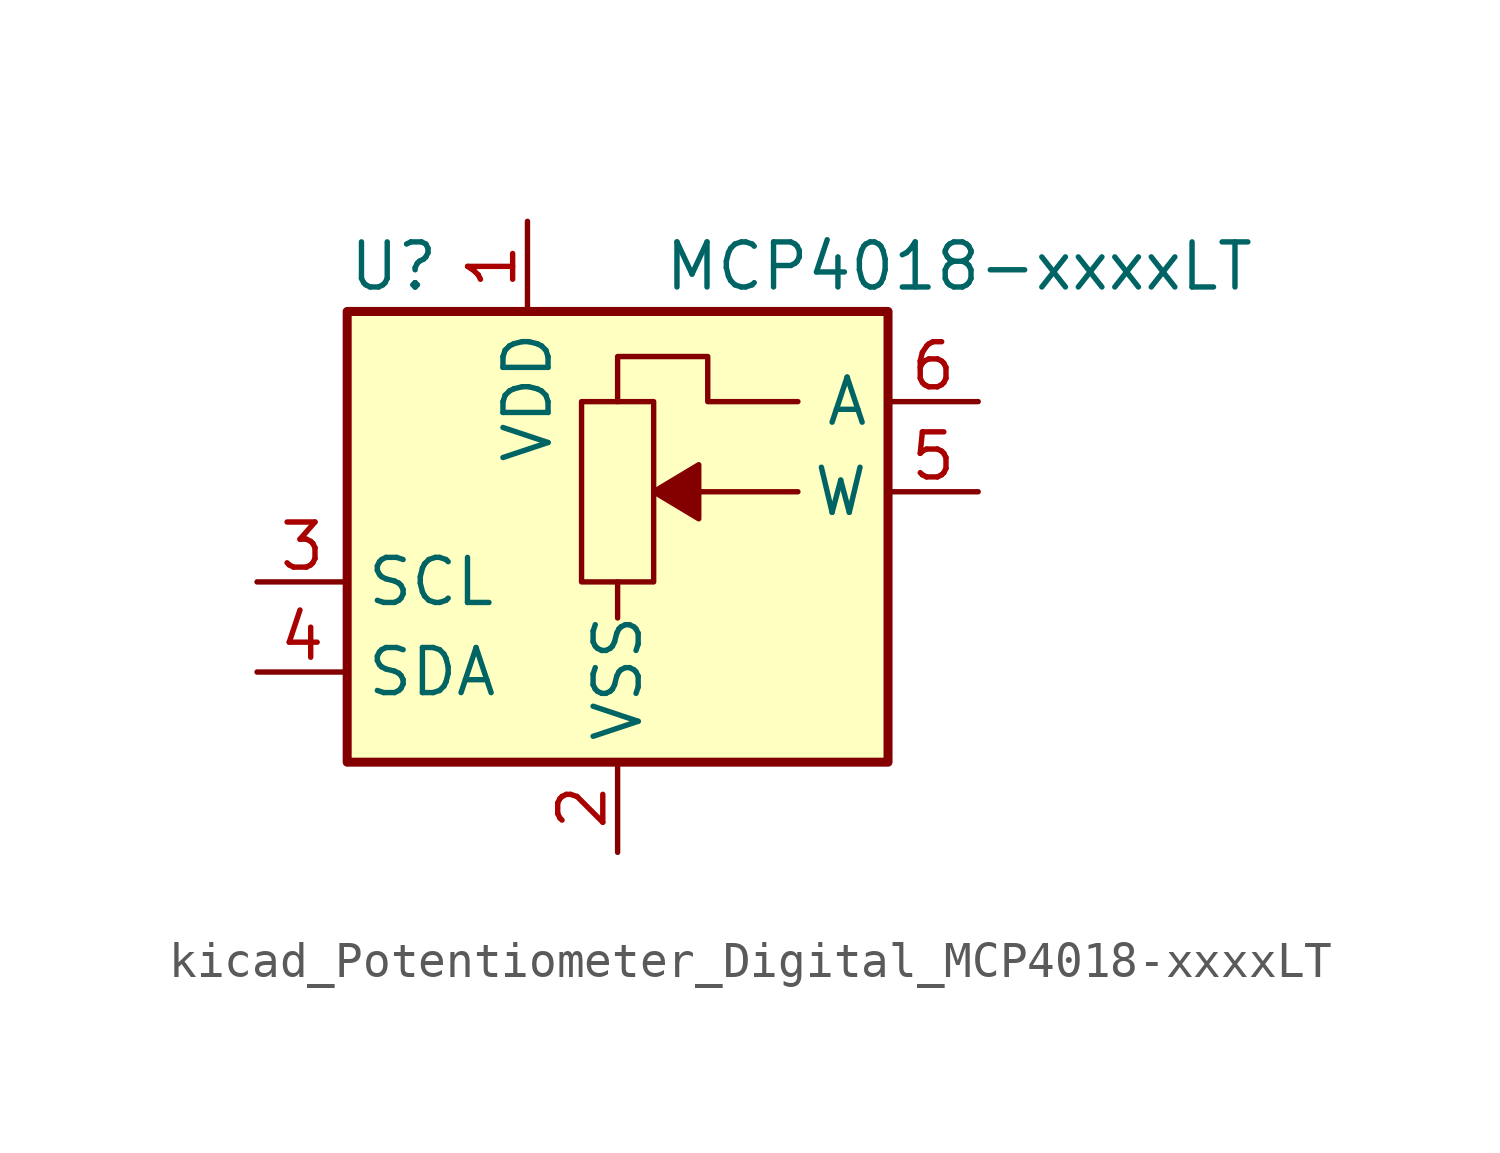
<source format=kicad_sym>
(kicad_symbol_lib
  (version 20220914)
  (generator kicad_symbol_editor)
  (symbol "kicad_Potentiometer_Digital_MCP4018-xxxxLT"
    (property "Reference" "U"
      (at -7.62 8.89 0)
      (effects (font (size 1.27 1.27)) (justify left)))
    (property "Value" "MCP4018-xxxxLT"
      (at 1.27 8.89 0)
      (effects (font (size 1.27 1.27)) (justify left)))
    (symbol "kicad_Potentiometer_Digital_MCP4018-xxxxLT_0_1"
      (polyline (pts (xy 0 0) (xy 0 -1.016)) (stroke (width 0) (type default)) (fill (type none)))
      (polyline (pts (xy 5.08 5.08) (xy 2.54 5.08) (xy 2.54 6.35) (xy 0 6.35) (xy 0 5.08)) (stroke (width 0) (type default)) (fill (type none))))
    (symbol "kicad_Potentiometer_Digital_MCP4018-xxxxLT_1_1"
      (rectangle (start -7.62 7.62) (end 7.62 -5.08) (stroke (width 0.254) (type default)) (fill (type background)))
      (polyline (pts (xy 5.08 2.54) (xy 2.286 2.54)) (stroke (width 0) (type default)) (fill (type none)))
      (polyline (pts (xy 2.286 1.778) (xy 2.286 3.302) (xy 1.016 2.54) (xy 2.286 1.778)) (stroke (width 0) (type default)) (fill (type outline)))
      (rectangle (start 1.016 0) (end -1.016 5.08) (stroke (width 0) (type default)) (fill (type none)))
      (pin power_in line (at -2.54 10.16 270) (length 2.54) (name "VDD" (effects (font (size 1.27 1.27)))) (number "1" (effects (font (size 1.27 1.27)))))
      (pin power_in line (at 0 -7.62 90) (length 2.54) (name "VSS" (effects (font (size 1.27 1.27)))) (number "2" (effects (font (size 1.27 1.27)))))
      (pin input line (at -10.16 0 0) (length 2.54) (name "SCL" (effects (font (size 1.27 1.27)))) (number "3" (effects (font (size 1.27 1.27)))))
      (pin bidirectional line (at -10.16 -2.54 0) (length 2.54) (name "SDA" (effects (font (size 1.27 1.27)))) (number "4" (effects (font (size 1.27 1.27)))))
      (pin passive line (at 10.16 2.54 180) (length 2.54) (name "W" (effects (font (size 1.27 1.27)))) (number "5" (effects (font (size 1.27 1.27)))))
      (pin passive line (at 10.16 5.08 180) (length 2.54) (name "A" (effects (font (size 1.27 1.27)))) (number "6" (effects (font (size 1.27 1.27))))))))
</source>
